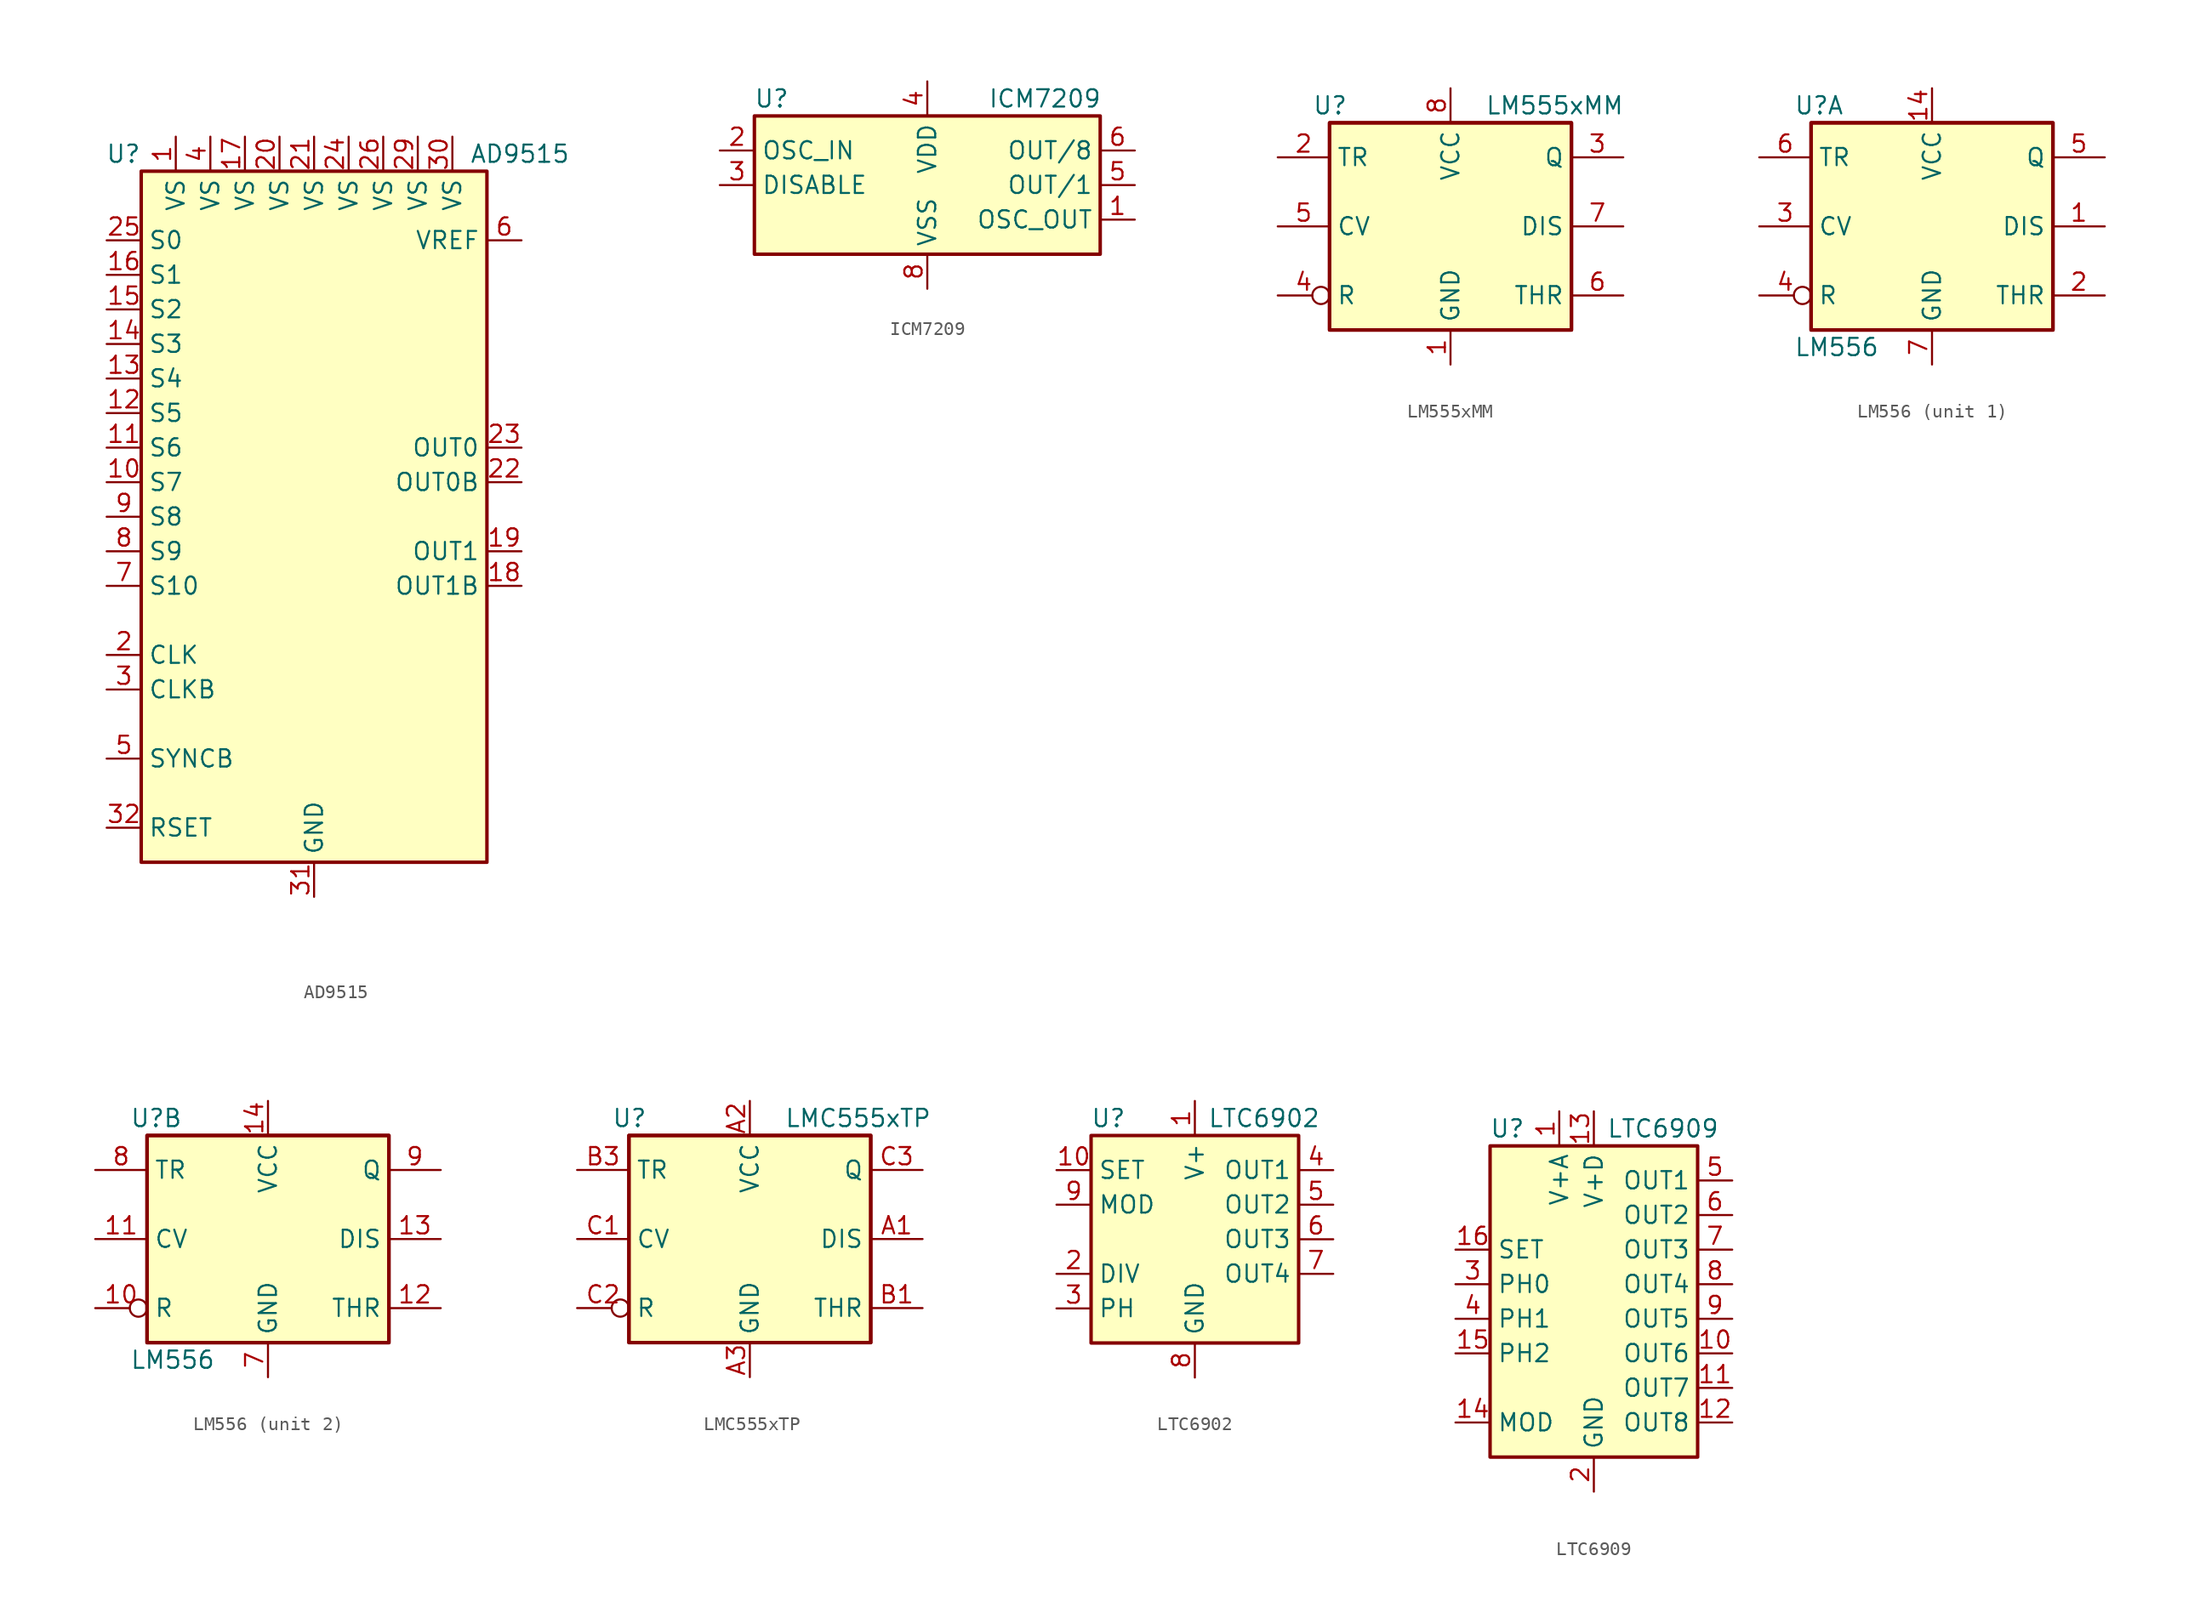
<source format=kicad_sym>
(kicad_symbol_lib
  (version 20241209)
  (generator "kicad_symbol_editor")
  (generator_version "9.0")
  (symbol "AD9515"
    (property "Reference" "U"
      (at -12.7 26.67 0)
      (effects (font (size 1.27 1.27)) (justify right)))
    (property "Value" "AD9515"
      (at 11.43 26.67 0)
      (effects (font (size 1.27 1.27)) (justify left)))
    (symbol "AD9515_1_1"
      (rectangle (start -12.7 25.4) (end 12.7 -25.4) (stroke (width 0.254) (type default)) (fill (type background)))
      (pin input line (at -15.24 20.32 0) (length 2.54) (name "S0" (effects (font (size 1.27 1.27)))) (number "25" (effects (font (size 1.27 1.27)))))
      (pin input line (at -15.24 17.78 0) (length 2.54) (name "S1" (effects (font (size 1.27 1.27)))) (number "16" (effects (font (size 1.27 1.27)))))
      (pin input line (at -15.24 15.24 0) (length 2.54) (name "S2" (effects (font (size 1.27 1.27)))) (number "15" (effects (font (size 1.27 1.27)))))
      (pin input line (at -15.24 12.7 0) (length 2.54) (name "S3" (effects (font (size 1.27 1.27)))) (number "14" (effects (font (size 1.27 1.27)))))
      (pin input line (at -15.24 10.16 0) (length 2.54) (name "S4" (effects (font (size 1.27 1.27)))) (number "13" (effects (font (size 1.27 1.27)))))
      (pin input line (at -15.24 7.62 0) (length 2.54) (name "S5" (effects (font (size 1.27 1.27)))) (number "12" (effects (font (size 1.27 1.27)))))
      (pin input line (at -15.24 5.08 0) (length 2.54) (name "S6" (effects (font (size 1.27 1.27)))) (number "11" (effects (font (size 1.27 1.27)))))
      (pin input line (at -15.24 2.54 0) (length 2.54) (name "S7" (effects (font (size 1.27 1.27)))) (number "10" (effects (font (size 1.27 1.27)))))
      (pin input line (at -15.24 0 0) (length 2.54) (name "S8" (effects (font (size 1.27 1.27)))) (number "9" (effects (font (size 1.27 1.27)))))
      (pin input line (at -15.24 -2.54 0) (length 2.54) (name "S9" (effects (font (size 1.27 1.27)))) (number "8" (effects (font (size 1.27 1.27)))))
      (pin input line (at -15.24 -5.08 0) (length 2.54) (name "S10" (effects (font (size 1.27 1.27)))) (number "7" (effects (font (size 1.27 1.27)))))
      (pin input line (at -15.24 -10.16 0) (length 2.54) (name "CLK" (effects (font (size 1.27 1.27)))) (number "2" (effects (font (size 1.27 1.27)))))
      (pin input line (at -15.24 -12.7 0) (length 2.54) (name "CLKB" (effects (font (size 1.27 1.27)))) (number "3" (effects (font (size 1.27 1.27)))))
      (pin input line (at -15.24 -17.78 0) (length 2.54) (name "SYNCB" (effects (font (size 1.27 1.27)))) (number "5" (effects (font (size 1.27 1.27)))))
      (pin passive line (at -15.24 -22.86 0) (length 2.54) (name "RSET" (effects (font (size 1.27 1.27)))) (number "32" (effects (font (size 1.27 1.27)))))
      (pin power_in line (at -10.16 27.94 270) (length 2.54) (name "VS" (effects (font (size 1.27 1.27)))) (number "1" (effects (font (size 1.27 1.27)))))
      (pin power_in line (at -7.62 27.94 270) (length 2.54) (name "VS" (effects (font (size 1.27 1.27)))) (number "4" (effects (font (size 1.27 1.27)))))
      (pin power_in line (at -5.08 27.94 270) (length 2.54) (name "VS" (effects (font (size 1.27 1.27)))) (number "17" (effects (font (size 1.27 1.27)))))
      (pin power_in line (at -2.54 27.94 270) (length 2.54) (name "VS" (effects (font (size 1.27 1.27)))) (number "20" (effects (font (size 1.27 1.27)))))
      (pin power_in line (at 0 27.94 270) (length 2.54) (name "VS" (effects (font (size 1.27 1.27)))) (number "21" (effects (font (size 1.27 1.27)))))
      (pin power_in line (at 0 -27.94 90) (length 2.54) (name "GND" (effects (font (size 1.27 1.27)))) (number "31" (effects (font (size 1.27 1.27)))))
      (pin passive line (at 0 -27.94 90) (length 2.54) (hide yes) (name "GND" (effects (font (size 1.27 1.27)))) (number "33" (effects (font (size 1.27 1.27)))))
      (pin power_in line (at 2.54 27.94 270) (length 2.54) (name "VS" (effects (font (size 1.27 1.27)))) (number "24" (effects (font (size 1.27 1.27)))))
      (pin power_in line (at 5.08 27.94 270) (length 2.54) (name "VS" (effects (font (size 1.27 1.27)))) (number "26" (effects (font (size 1.27 1.27)))))
      (pin power_in line (at 7.62 27.94 270) (length 2.54) (name "VS" (effects (font (size 1.27 1.27)))) (number "29" (effects (font (size 1.27 1.27)))))
      (pin power_in line (at 10.16 27.94 270) (length 2.54) (name "VS" (effects (font (size 1.27 1.27)))) (number "30" (effects (font (size 1.27 1.27)))))
      (pin no_connect line (at 12.7 12.7 180) (length 2.54) (hide yes) (name "NC" (effects (font (size 1.27 1.27)))) (number "28" (effects (font (size 1.27 1.27)))))
      (pin no_connect line (at 12.7 10.16 180) (length 2.54) (hide yes) (name "NC" (effects (font (size 1.27 1.27)))) (number "27" (effects (font (size 1.27 1.27)))))
      (pin power_out line (at 15.24 20.32 180) (length 2.54) (name "VREF" (effects (font (size 1.27 1.27)))) (number "6" (effects (font (size 1.27 1.27)))))
      (pin output line (at 15.24 5.08 180) (length 2.54) (name "OUT0" (effects (font (size 1.27 1.27)))) (number "23" (effects (font (size 1.27 1.27)))))
      (pin output line (at 15.24 2.54 180) (length 2.54) (name "OUT0B" (effects (font (size 1.27 1.27)))) (number "22" (effects (font (size 1.27 1.27)))))
      (pin output line (at 15.24 -2.54 180) (length 2.54) (name "OUT1" (effects (font (size 1.27 1.27)))) (number "19" (effects (font (size 1.27 1.27)))))
      (pin output line (at 15.24 -5.08 180) (length 2.54) (name "OUT1B" (effects (font (size 1.27 1.27)))) (number "18" (effects (font (size 1.27 1.27)))))))
  (symbol "ICM7209"
    (property "Reference" "U"
      (at -11.43 6.35 0)
      (effects (font (size 1.27 1.27))))
    (property "Value" "ICM7209"
      (at 8.636 6.35 0)
      (effects (font (size 1.27 1.27))))
    (symbol "ICM7209_0_1"
      (rectangle (start -12.7 -5.08) (end 12.7 5.08) (stroke (width 0.254) (type default)) (fill (type background))))
    (symbol "ICM7209_1_1"
      (pin input line (at -15.24 2.54 0) (length 2.54) (name "OSC_IN" (effects (font (size 1.27 1.27)))) (number "2" (effects (font (size 1.27 1.27)))))
      (pin input line (at -15.24 0 0) (length 2.54) (name "DISABLE" (effects (font (size 1.27 1.27)))) (number "3" (effects (font (size 1.27 1.27)))))
      (pin power_in line (at 0 7.62 270) (length 2.54) (name "VDD" (effects (font (size 1.27 1.27)))) (number "4" (effects (font (size 1.27 1.27)))))
      (pin power_in line (at 0 -7.62 90) (length 2.54) (name "VSS" (effects (font (size 1.27 1.27)))) (number "8" (effects (font (size 1.27 1.27)))))
      (pin output line (at 15.24 2.54 180) (length 2.54) (name "OUT/8" (effects (font (size 1.27 1.27)))) (number "6" (effects (font (size 1.27 1.27)))))
      (pin output line (at 15.24 0 180) (length 2.54) (name "OUT/1" (effects (font (size 1.27 1.27)))) (number "5" (effects (font (size 1.27 1.27)))))
      (pin output line (at 15.24 -2.54 180) (length 2.54) (name "OSC_OUT" (effects (font (size 1.27 1.27)))) (number "1" (effects (font (size 1.27 1.27)))))))
  (symbol "LM555xMM"
    (property "Reference" "U"
      (at -10.16 8.89 0)
      (effects (font (size 1.27 1.27)) (justify left)))
    (property "Value" "LM555xMM"
      (at 2.54 8.89 0)
      (effects (font (size 1.27 1.27)) (justify left)))
    (symbol "LM555xMM_0_0"
      (pin power_in line (at 0 10.16 270) (length 2.54) (name "VCC" (effects (font (size 1.27 1.27)))) (number "8" (effects (font (size 1.27 1.27)))))
      (pin power_in line (at 0 -10.16 90) (length 2.54) (name "GND" (effects (font (size 1.27 1.27)))) (number "1" (effects (font (size 1.27 1.27))))))
    (symbol "LM555xMM_0_1"
      (rectangle (start -8.89 -7.62) (end 8.89 7.62) (stroke (width 0.254) (type default)) (fill (type background)))
      (rectangle (start -8.89 -7.62) (end 8.89 7.62) (stroke (width 0.254) (type default)) (fill (type background))))
    (symbol "LM555xMM_1_1"
      (pin input line (at -12.7 5.08 0) (length 3.81) (name "TR" (effects (font (size 1.27 1.27)))) (number "2" (effects (font (size 1.27 1.27)))))
      (pin input line (at -12.7 0 0) (length 3.81) (name "CV" (effects (font (size 1.27 1.27)))) (number "5" (effects (font (size 1.27 1.27)))))
      (pin input inverted (at -12.7 -5.08 0) (length 3.81) (name "R" (effects (font (size 1.27 1.27)))) (number "4" (effects (font (size 1.27 1.27)))))
      (pin output line (at 12.7 5.08 180) (length 3.81) (name "Q" (effects (font (size 1.27 1.27)))) (number "3" (effects (font (size 1.27 1.27)))))
      (pin input line (at 12.7 0 180) (length 3.81) (name "DIS" (effects (font (size 1.27 1.27)))) (number "7" (effects (font (size 1.27 1.27)))))
      (pin input line (at 12.7 -5.08 180) (length 3.81) (name "THR" (effects (font (size 1.27 1.27)))) (number "6" (effects (font (size 1.27 1.27)))))))
  (symbol "LM556"
    (property "Reference" "U"
      (at -10.16 8.89 0)
      (effects (font (size 1.27 1.27)) (justify left)))
    (property "Value" "LM556"
      (at -10.16 -8.89 0)
      (effects (font (size 1.27 1.27)) (justify left)))
    (symbol "LM556_0_0"
      (pin power_in line (at 0 10.16 270) (length 2.54) (name "VCC" (effects (font (size 1.27 1.27)))) (number "14" (effects (font (size 1.27 1.27)))))
      (pin power_in line (at 0 -10.16 90) (length 2.54) (name "GND" (effects (font (size 1.27 1.27)))) (number "7" (effects (font (size 1.27 1.27))))))
    (symbol "LM556_0_1"
      (rectangle (start -8.89 -7.62) (end 8.89 7.62) (stroke (width 0.254) (type default)) (fill (type background)))
      (rectangle (start -8.89 -7.62) (end 8.89 7.62) (stroke (width 0.254) (type default)) (fill (type background))))
    (symbol "LM556_1_1"
      (pin input line (at -12.7 5.08 0) (length 3.81) (name "TR" (effects (font (size 1.27 1.27)))) (number "6" (effects (font (size 1.27 1.27)))))
      (pin input line (at -12.7 0 0) (length 3.81) (name "CV" (effects (font (size 1.27 1.27)))) (number "3" (effects (font (size 1.27 1.27)))))
      (pin input inverted (at -12.7 -5.08 0) (length 3.81) (name "R" (effects (font (size 1.27 1.27)))) (number "4" (effects (font (size 1.27 1.27)))))
      (pin output line (at 12.7 5.08 180) (length 3.81) (name "Q" (effects (font (size 1.27 1.27)))) (number "5" (effects (font (size 1.27 1.27)))))
      (pin input line (at 12.7 0 180) (length 3.81) (name "DIS" (effects (font (size 1.27 1.27)))) (number "1" (effects (font (size 1.27 1.27)))))
      (pin input line (at 12.7 -5.08 180) (length 3.81) (name "THR" (effects (font (size 1.27 1.27)))) (number "2" (effects (font (size 1.27 1.27))))))
    (symbol "LM556_2_1"
      (pin input line (at -12.7 5.08 0) (length 3.81) (name "TR" (effects (font (size 1.27 1.27)))) (number "8" (effects (font (size 1.27 1.27)))))
      (pin input line (at -12.7 0 0) (length 3.81) (name "CV" (effects (font (size 1.27 1.27)))) (number "11" (effects (font (size 1.27 1.27)))))
      (pin input inverted (at -12.7 -5.08 0) (length 3.81) (name "R" (effects (font (size 1.27 1.27)))) (number "10" (effects (font (size 1.27 1.27)))))
      (pin output line (at 12.7 5.08 180) (length 3.81) (name "Q" (effects (font (size 1.27 1.27)))) (number "9" (effects (font (size 1.27 1.27)))))
      (pin input line (at 12.7 0 180) (length 3.81) (name "DIS" (effects (font (size 1.27 1.27)))) (number "13" (effects (font (size 1.27 1.27)))))
      (pin input line (at 12.7 -5.08 180) (length 3.81) (name "THR" (effects (font (size 1.27 1.27)))) (number "12" (effects (font (size 1.27 1.27)))))))
  (symbol "LMC555xTP"
    (property "Reference" "U"
      (at -10.16 8.89 0)
      (effects (font (size 1.27 1.27)) (justify left)))
    (property "Value" "LMC555xTP"
      (at 2.54 8.89 0)
      (effects (font (size 1.27 1.27)) (justify left)))
    (symbol "LMC555xTP_0_0"
      (pin power_in line (at 0 10.16 270) (length 2.54) (name "VCC" (effects (font (size 1.27 1.27)))) (number "A2" (effects (font (size 1.27 1.27)))))
      (pin power_in line (at 0 -10.16 90) (length 2.54) (name "GND" (effects (font (size 1.27 1.27)))) (number "A3" (effects (font (size 1.27 1.27))))))
    (symbol "LMC555xTP_0_1"
      (rectangle (start -8.89 -7.62) (end 8.89 7.62) (stroke (width 0.254) (type default)) (fill (type background)))
      (rectangle (start -8.89 -7.62) (end 8.89 7.62) (stroke (width 0.254) (type default)) (fill (type background))))
    (symbol "LMC555xTP_1_1"
      (pin input line (at -12.7 5.08 0) (length 3.81) (name "TR" (effects (font (size 1.27 1.27)))) (number "B3" (effects (font (size 1.27 1.27)))))
      (pin input line (at -12.7 0 0) (length 3.81) (name "CV" (effects (font (size 1.27 1.27)))) (number "C1" (effects (font (size 1.27 1.27)))))
      (pin input inverted (at -12.7 -5.08 0) (length 3.81) (name "R" (effects (font (size 1.27 1.27)))) (number "C2" (effects (font (size 1.27 1.27)))))
      (pin output line (at 12.7 5.08 180) (length 3.81) (name "Q" (effects (font (size 1.27 1.27)))) (number "C3" (effects (font (size 1.27 1.27)))))
      (pin input line (at 12.7 0 180) (length 3.81) (name "DIS" (effects (font (size 1.27 1.27)))) (number "A1" (effects (font (size 1.27 1.27)))))
      (pin input line (at 12.7 -5.08 180) (length 3.81) (name "THR" (effects (font (size 1.27 1.27)))) (number "B1" (effects (font (size 1.27 1.27)))))))
  (symbol "LTC6902"
    (property "Reference" "U"
      (at -6.35 8.89 0)
      (effects (font (size 1.27 1.27))))
    (property "Value" "LTC6902"
      (at 5.08 8.89 0)
      (effects (font (size 1.27 1.27))))
    (symbol "LTC6902_0_1"
      (rectangle (start -7.62 7.62) (end 7.62 -7.62) (stroke (width 0.254) (type default)) (fill (type background))))
    (symbol "LTC6902_1_1"
      (pin passive line (at -10.16 5.08 0) (length 2.54) (name "SET" (effects (font (size 1.27 1.27)))) (number "10" (effects (font (size 1.27 1.27)))))
      (pin passive line (at -10.16 2.54 0) (length 2.54) (name "MOD" (effects (font (size 1.27 1.27)))) (number "9" (effects (font (size 1.27 1.27)))))
      (pin input line (at -10.16 -2.54 0) (length 2.54) (name "DIV" (effects (font (size 1.27 1.27)))) (number "2" (effects (font (size 1.27 1.27)))))
      (pin input line (at -10.16 -5.08 0) (length 2.54) (name "PH" (effects (font (size 1.27 1.27)))) (number "3" (effects (font (size 1.27 1.27)))))
      (pin power_in line (at 0 10.16 270) (length 2.54) (name "V+" (effects (font (size 1.27 1.27)))) (number "1" (effects (font (size 1.27 1.27)))))
      (pin power_in line (at 0 -10.16 90) (length 2.54) (name "GND" (effects (font (size 1.27 1.27)))) (number "8" (effects (font (size 1.27 1.27)))))
      (pin output line (at 10.16 5.08 180) (length 2.54) (name "OUT1" (effects (font (size 1.27 1.27)))) (number "4" (effects (font (size 1.27 1.27)))))
      (pin output line (at 10.16 2.54 180) (length 2.54) (name "OUT2" (effects (font (size 1.27 1.27)))) (number "5" (effects (font (size 1.27 1.27)))))
      (pin output line (at 10.16 0 180) (length 2.54) (name "OUT3" (effects (font (size 1.27 1.27)))) (number "6" (effects (font (size 1.27 1.27)))))
      (pin output line (at 10.16 -2.54 180) (length 2.54) (name "OUT4" (effects (font (size 1.27 1.27)))) (number "7" (effects (font (size 1.27 1.27)))))))
  (symbol "LTC6909"
    (property "Reference" "U"
      (at -6.35 11.43 0)
      (effects (font (size 1.27 1.27))))
    (property "Value" "LTC6909"
      (at 5.08 11.43 0)
      (effects (font (size 1.27 1.27))))
    (symbol "LTC6909_0_1"
      (rectangle (start -7.62 10.16) (end 7.62 -12.7) (stroke (width 0.254) (type default)) (fill (type background))))
    (symbol "LTC6909_1_1"
      (pin passive line (at -10.16 2.54 0) (length 2.54) (name "SET" (effects (font (size 1.27 1.27)))) (number "16" (effects (font (size 1.27 1.27)))))
      (pin input line (at -10.16 0 0) (length 2.54) (name "PH0" (effects (font (size 1.27 1.27)))) (number "3" (effects (font (size 1.27 1.27)))))
      (pin input line (at -10.16 -2.54 0) (length 2.54) (name "PH1" (effects (font (size 1.27 1.27)))) (number "4" (effects (font (size 1.27 1.27)))))
      (pin input line (at -10.16 -5.08 0) (length 2.54) (name "PH2" (effects (font (size 1.27 1.27)))) (number "15" (effects (font (size 1.27 1.27)))))
      (pin passive line (at -10.16 -10.16 0) (length 2.54) (name "MOD" (effects (font (size 1.27 1.27)))) (number "14" (effects (font (size 1.27 1.27)))))
      (pin power_in line (at -2.54 12.7 270) (length 2.54) (name "V+A" (effects (font (size 1.27 1.27)))) (number "1" (effects (font (size 1.27 1.27)))))
      (pin power_in line (at 0 12.7 270) (length 2.54) (name "V+D" (effects (font (size 1.27 1.27)))) (number "13" (effects (font (size 1.27 1.27)))))
      (pin power_in line (at 0 -15.24 90) (length 2.54) (name "GND" (effects (font (size 1.27 1.27)))) (number "2" (effects (font (size 1.27 1.27)))))
      (pin tri_state line (at 10.16 7.62 180) (length 2.54) (name "OUT1" (effects (font (size 1.27 1.27)))) (number "5" (effects (font (size 1.27 1.27)))))
      (pin tri_state line (at 10.16 5.08 180) (length 2.54) (name "OUT2" (effects (font (size 1.27 1.27)))) (number "6" (effects (font (size 1.27 1.27)))))
      (pin tri_state line (at 10.16 2.54 180) (length 2.54) (name "OUT3" (effects (font (size 1.27 1.27)))) (number "7" (effects (font (size 1.27 1.27)))))
      (pin tri_state line (at 10.16 0 180) (length 2.54) (name "OUT4" (effects (font (size 1.27 1.27)))) (number "8" (effects (font (size 1.27 1.27)))))
      (pin tri_state line (at 10.16 -2.54 180) (length 2.54) (name "OUT5" (effects (font (size 1.27 1.27)))) (number "9" (effects (font (size 1.27 1.27)))))
      (pin tri_state line (at 10.16 -5.08 180) (length 2.54) (name "OUT6" (effects (font (size 1.27 1.27)))) (number "10" (effects (font (size 1.27 1.27)))))
      (pin tri_state line (at 10.16 -7.62 180) (length 2.54) (name "OUT7" (effects (font (size 1.27 1.27)))) (number "11" (effects (font (size 1.27 1.27)))))
      (pin tri_state line (at 10.16 -10.16 180) (length 2.54) (name "OUT8" (effects (font (size 1.27 1.27)))) (number "12" (effects (font (size 1.27 1.27))))))))
</source>
